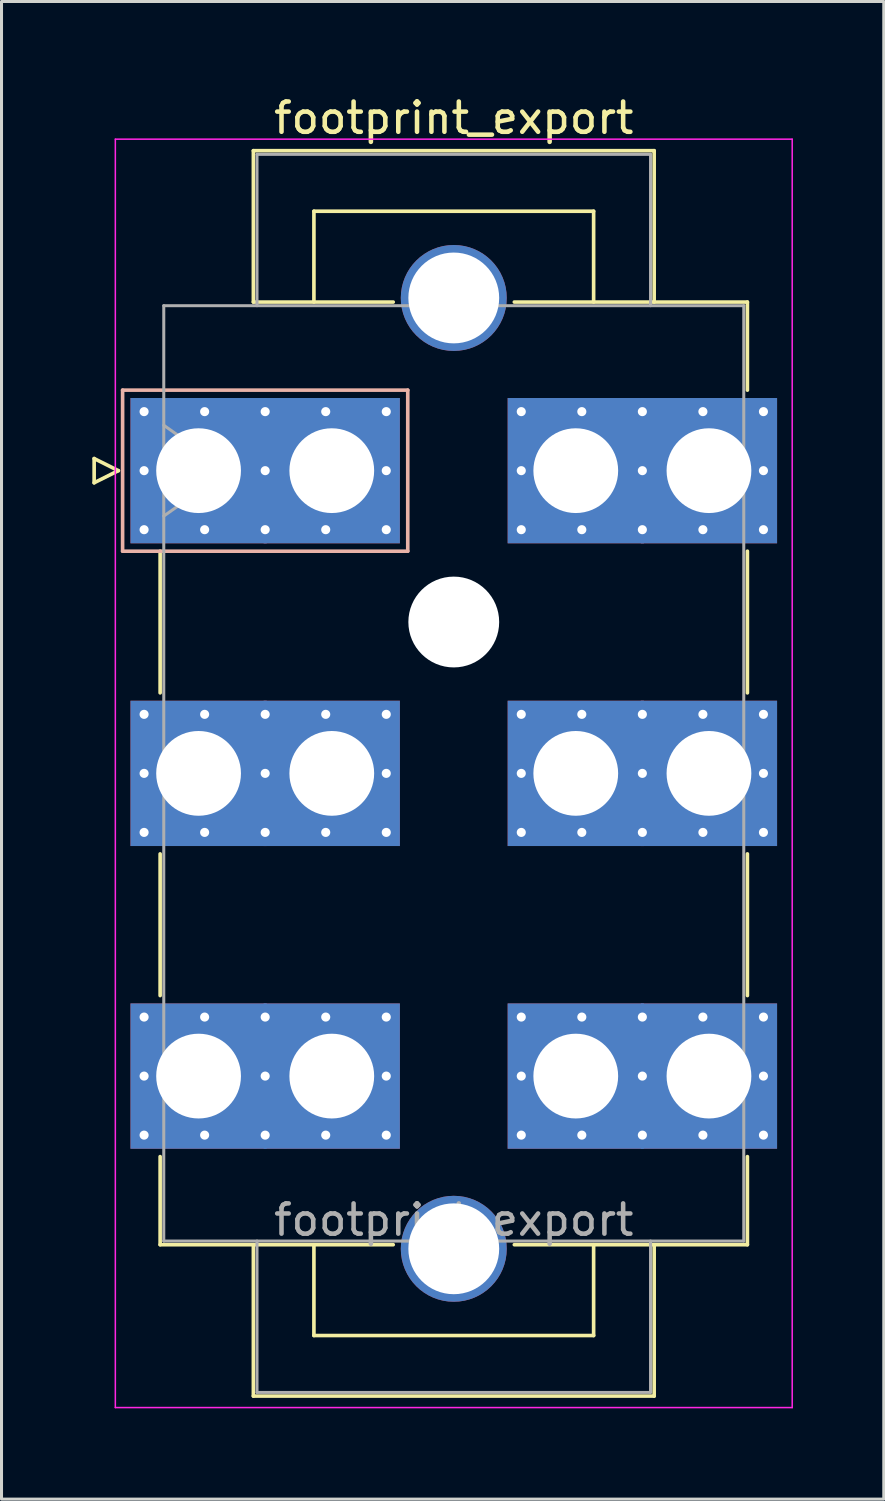
<source format=kicad_pcb>
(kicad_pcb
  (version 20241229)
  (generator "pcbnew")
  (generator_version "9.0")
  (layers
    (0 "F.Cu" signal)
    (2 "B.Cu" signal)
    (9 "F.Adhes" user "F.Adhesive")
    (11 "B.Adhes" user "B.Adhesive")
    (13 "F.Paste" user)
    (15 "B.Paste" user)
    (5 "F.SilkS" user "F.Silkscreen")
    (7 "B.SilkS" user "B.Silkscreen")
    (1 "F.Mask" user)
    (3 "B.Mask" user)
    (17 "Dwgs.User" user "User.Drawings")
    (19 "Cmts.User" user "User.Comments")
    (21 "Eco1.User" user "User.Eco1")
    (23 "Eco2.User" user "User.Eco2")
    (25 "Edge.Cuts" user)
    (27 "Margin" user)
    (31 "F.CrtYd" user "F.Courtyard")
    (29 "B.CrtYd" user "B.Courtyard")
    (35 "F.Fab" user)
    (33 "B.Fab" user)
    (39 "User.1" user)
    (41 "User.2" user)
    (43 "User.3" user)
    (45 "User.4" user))
  (footprint "footprint_export"
    (layer "F.Cu")
    (at 3.51 12.498)
    (property "Reference" "footprint_export" (at 8.43 -11.65 0) (layer "F.SilkS") (effects (font (size 1 1) (thickness 0.15))))
    (attr through_hole)
    (fp_line (start -3.45 -0.4) (end -3.45 0.4) (stroke (width 0.12) (type solid)) (layer "F.SilkS"))
    (fp_line (start -3.45 0.4) (end -2.65 0) (stroke (width 0.12) (type solid)) (layer "F.SilkS"))
    (fp_line (start -2.65 0) (end -3.45 -0.4) (stroke (width 0.12) (type solid)) (layer "F.SilkS"))
    (fp_line (start -1.27 2.66) (end -1.27 7.34) (stroke (width 0.12) (type solid)) (layer "F.SilkS"))
    (fp_line (start -1.27 12.66) (end -1.27 17.34) (stroke (width 0.12) (type solid)) (layer "F.SilkS"))
    (fp_line (start -1.27 22.66) (end -1.27 25.57) (stroke (width 0.12) (type solid)) (layer "F.SilkS"))
    (fp_line (start -1.27 25.57) (end 6.43 25.57) (stroke (width 0.12) (type solid)) (layer "F.SilkS"))
    (fp_line (start 1.81 -10.57) (end 15.05 -10.57) (stroke (width 0.12) (type solid)) (layer "F.SilkS"))
    (fp_line (start 1.81 -5.57) (end 1.81 -10.57) (stroke (width 0.12) (type solid)) (layer "F.SilkS"))
    (fp_line (start 1.81 25.57) (end 1.81 30.57) (stroke (width 0.12) (type solid)) (layer "F.SilkS"))
    (fp_line (start 1.81 30.57) (end 15.05 30.57) (stroke (width 0.12) (type solid)) (layer "F.SilkS"))
    (fp_line (start 3.81 -8.57) (end 13.05 -8.57) (stroke (width 0.12) (type solid)) (layer "F.SilkS"))
    (fp_line (start 3.81 -5.57) (end 3.81 -8.57) (stroke (width 0.12) (type solid)) (layer "F.SilkS"))
    (fp_line (start 3.81 25.57) (end 3.81 28.57) (stroke (width 0.12) (type solid)) (layer "F.SilkS"))
    (fp_line (start 3.81 28.57) (end 13.05 28.57) (stroke (width 0.12) (type solid)) (layer "F.SilkS"))
    (fp_line (start 6.43 -5.57) (end 1.81 -5.57) (stroke (width 0.12) (type solid)) (layer "F.SilkS"))
    (fp_line (start 13.05 -8.57) (end 13.05 -5.57) (stroke (width 0.12) (type solid)) (layer "F.SilkS"))
    (fp_line (start 13.05 28.57) (end 13.05 25.57) (stroke (width 0.12) (type solid)) (layer "F.SilkS"))
    (fp_line (start 15.05 -10.57) (end 15.05 -5.57) (stroke (width 0.12) (type solid)) (layer "F.SilkS"))
    (fp_line (start 15.05 30.57) (end 15.05 25.57) (stroke (width 0.12) (type solid)) (layer "F.SilkS"))
    (fp_line (start 18.13 -5.57) (end 10.43 -5.57) (stroke (width 0.12) (type solid)) (layer "F.SilkS"))
    (fp_line (start 18.13 -2.66) (end 18.13 -5.57) (stroke (width 0.12) (type solid)) (layer "F.SilkS"))
    (fp_line (start 18.13 2.66) (end 18.13 7.34) (stroke (width 0.12) (type solid)) (layer "F.SilkS"))
    (fp_line (start 18.13 12.66) (end 18.13 17.34) (stroke (width 0.12) (type solid)) (layer "F.SilkS"))
    (fp_line (start 18.13 22.66) (end 18.13 25.57) (stroke (width 0.12) (type solid)) (layer "F.SilkS"))
    (fp_line (start 18.13 25.57) (end 10.43 25.57) (stroke (width 0.12) (type solid)) (layer "F.SilkS"))
    (fp_line (start -2.51 -2.66) (end -2.51 2.66) (stroke (width 0.12) (type solid)) (layer "B.SilkS"))
    (fp_line (start -2.51 2.66) (end 6.91 2.66) (stroke (width 0.12) (type solid)) (layer "B.SilkS"))
    (fp_line (start 6.91 -2.66) (end -2.51 -2.66) (stroke (width 0.12) (type solid)) (layer "B.SilkS"))
    (fp_line (start 6.91 2.66) (end 6.91 -2.66) (stroke (width 0.12) (type solid)) (layer "B.SilkS"))
    (fp_line (start -2.75 -10.95) (end -2.75 30.95) (stroke (width 0.05) (type solid)) (layer "F.CrtYd"))
    (fp_line (start -2.75 30.95) (end 19.61 30.95) (stroke (width 0.05) (type solid)) (layer "F.CrtYd"))
    (fp_line (start 19.61 -10.95) (end -2.75 -10.95) (stroke (width 0.05) (type solid)) (layer "F.CrtYd"))
    (fp_line (start 19.61 30.95) (end 19.61 -10.95) (stroke (width 0.05) (type solid)) (layer "F.CrtYd"))
    (fp_line (start -1.15 -5.45) (end -1.15 25.45) (stroke (width 0.1) (type solid)) (layer "F.Fab"))
    (fp_line (start -1.15 -1.5) (end 0.971 0) (stroke (width 0.1) (type solid)) (layer "F.Fab"))
    (fp_line (start -1.15 25.45) (end 18.01 25.45) (stroke (width 0.1) (type solid)) (layer "F.Fab"))
    (fp_line (start 0.971 0) (end -1.15 1.5) (stroke (width 0.1) (type solid)) (layer "F.Fab"))
    (fp_line (start 1.93 -10.45) (end 14.93 -10.45) (stroke (width 0.1) (type solid)) (layer "F.Fab"))
    (fp_line (start 1.93 -5.45) (end 1.93 -10.45) (stroke (width 0.1) (type solid)) (layer "F.Fab"))
    (fp_line (start 1.93 25.45) (end 1.93 30.45) (stroke (width 0.1) (type solid)) (layer "F.Fab"))
    (fp_line (start 1.93 30.45) (end 14.93 30.45) (stroke (width 0.1) (type solid)) (layer "F.Fab"))
    (fp_line (start 14.93 -10.45) (end 14.93 -5.45) (stroke (width 0.1) (type solid)) (layer "F.Fab"))
    (fp_line (start 14.93 30.45) (end 14.93 25.45) (stroke (width 0.1) (type solid)) (layer "F.Fab"))
    (fp_line (start 18.01 -5.45) (end -1.15 -5.45) (stroke (width 0.1) (type solid)) (layer "F.Fab"))
    (fp_line (start 18.01 25.45) (end 18.01 -5.45) (stroke (width 0.1) (type solid)) (layer "F.Fab"))
    (fp_text user "${REFERENCE}" (at 8.43 24.75 0) (layer "F.Fab") (effects (font (size 1 1) (thickness 0.15))))
    (pad "" thru_hole circle (at 8.43 -5.705) (size 3.5 3.5) (drill 3) (layers "*.Cu" "*.Mask"))
    (pad "" np_thru_hole circle (at 8.43 5) (size 3 3) (drill 3) (layers "*.Cu" "*.Mask"))
    (pad "" thru_hole circle (at 8.43 25.705) (size 3.5 3.5) (drill 3) (layers "*.Cu" "*.Mask"))
    (pad "1" thru_hole roundrect (at -1.8 -1.95) (size 0.6 0.6) (drill 0.3) (layers "*.Cu" "*.Mask") (roundrect_rratio 0.25))
    (pad "1" thru_hole roundrect (at -1.8 0) (size 0.6 0.6) (drill 0.3) (layers "*.Cu" "*.Mask") (roundrect_rratio 0.25))
    (pad "1" thru_hole roundrect (at -1.8 1.95) (size 0.6 0.6) (drill 0.3) (layers "*.Cu" "*.Mask") (roundrect_rratio 0.25))
    (pad "1" thru_hole rect (at 0 0) (size 4.5 4.8) (drill 2.8) (layers "*.Cu" "*.Mask"))
    (pad "1" thru_hole roundrect (at 0.2 -1.95) (size 0.6 0.6) (drill 0.3) (layers "*.Cu" "*.Mask") (roundrect_rratio 0.25))
    (pad "1" thru_hole roundrect (at 0.2 1.95) (size 0.6 0.6) (drill 0.3) (layers "*.Cu" "*.Mask") (roundrect_rratio 0.25))
    (pad "1" thru_hole roundrect (at 2.2 -1.95) (size 0.6 0.6) (drill 0.3) (layers "*.Cu" "*.Mask") (roundrect_rratio 0.25))
    (pad "1" thru_hole roundrect (at 2.2 0) (size 0.6 0.6) (drill 0.3) (layers "*.Cu" "*.Mask") (roundrect_rratio 0.25))
    (pad "1" thru_hole roundrect (at 2.2 1.95) (size 0.6 0.6) (drill 0.3) (layers "*.Cu" "*.Mask") (roundrect_rratio 0.25))
    (pad "1" thru_hole roundrect (at 4.2 -1.95) (size 0.6 0.6) (drill 0.3) (layers "*.Cu" "*.Mask") (roundrect_rratio 0.25))
    (pad "1" thru_hole roundrect (at 4.2 1.95) (size 0.6 0.6) (drill 0.3) (layers "*.Cu" "*.Mask") (roundrect_rratio 0.25))
    (pad "1" thru_hole rect (at 4.4 0) (size 4.5 4.8) (drill 2.8) (layers "*.Cu" "*.Mask"))
    (pad "1" thru_hole roundrect (at 6.2 -1.95) (size 0.6 0.6) (drill 0.3) (layers "*.Cu" "*.Mask") (roundrect_rratio 0.25))
    (pad "1" thru_hole roundrect (at 6.2 0) (size 0.6 0.6) (drill 0.3) (layers "*.Cu" "*.Mask") (roundrect_rratio 0.25))
    (pad "1" thru_hole roundrect (at 6.2 1.95) (size 0.6 0.6) (drill 0.3) (layers "*.Cu" "*.Mask") (roundrect_rratio 0.25))
    (pad "2" thru_hole circle (at -1.8 8.05) (size 0.6 0.6) (drill 0.3) (layers "*.Cu" "*.Mask"))
    (pad "2" thru_hole circle (at -1.8 10) (size 0.6 0.6) (drill 0.3) (layers "*.Cu" "*.Mask"))
    (pad "2" thru_hole circle (at -1.8 11.95) (size 0.6 0.6) (drill 0.3) (layers "*.Cu" "*.Mask"))
    (pad "2" thru_hole rect (at 0 10) (size 4.5 4.8) (drill 2.8) (layers "*.Cu" "*.Mask"))
    (pad "2" thru_hole circle (at 0.2 8.05) (size 0.6 0.6) (drill 0.3) (layers "*.Cu" "*.Mask"))
    (pad "2" thru_hole circle (at 0.2 11.95) (size 0.6 0.6) (drill 0.3) (layers "*.Cu" "*.Mask"))
    (pad "2" thru_hole circle (at 2.2 8.05) (size 0.6 0.6) (drill 0.3) (layers "*.Cu" "*.Mask"))
    (pad "2" thru_hole circle (at 2.2 10) (size 0.6 0.6) (drill 0.3) (layers "*.Cu" "*.Mask"))
    (pad "2" thru_hole circle (at 2.2 11.95) (size 0.6 0.6) (drill 0.3) (layers "*.Cu" "*.Mask"))
    (pad "2" thru_hole circle (at 4.2 8.05) (size 0.6 0.6) (drill 0.3) (layers "*.Cu" "*.Mask"))
    (pad "2" thru_hole circle (at 4.2 11.95) (size 0.6 0.6) (drill 0.3) (layers "*.Cu" "*.Mask"))
    (pad "2" thru_hole rect (at 4.4 10) (size 4.5 4.8) (drill 2.8) (layers "*.Cu" "*.Mask"))
    (pad "2" thru_hole circle (at 6.2 8.05) (size 0.6 0.6) (drill 0.3) (layers "*.Cu" "*.Mask"))
    (pad "2" thru_hole circle (at 6.2 10) (size 0.6 0.6) (drill 0.3) (layers "*.Cu" "*.Mask"))
    (pad "2" thru_hole circle (at 6.2 11.95) (size 0.6 0.6) (drill 0.3) (layers "*.Cu" "*.Mask"))
    (pad "3" thru_hole circle (at -1.8 18.05) (size 0.6 0.6) (drill 0.3) (layers "*.Cu" "*.Mask"))
    (pad "3" thru_hole circle (at -1.8 20) (size 0.6 0.6) (drill 0.3) (layers "*.Cu" "*.Mask"))
    (pad "3" thru_hole circle (at -1.8 21.95) (size 0.6 0.6) (drill 0.3) (layers "*.Cu" "*.Mask"))
    (pad "3" thru_hole rect (at 0 20) (size 4.5 4.8) (drill 2.8) (layers "*.Cu" "*.Mask"))
    (pad "3" thru_hole circle (at 0.2 18.05) (size 0.6 0.6) (drill 0.3) (layers "*.Cu" "*.Mask"))
    (pad "3" thru_hole circle (at 0.2 21.95) (size 0.6 0.6) (drill 0.3) (layers "*.Cu" "*.Mask"))
    (pad "3" thru_hole circle (at 2.2 18.05) (size 0.6 0.6) (drill 0.3) (layers "*.Cu" "*.Mask"))
    (pad "3" thru_hole circle (at 2.2 20) (size 0.6 0.6) (drill 0.3) (layers "*.Cu" "*.Mask"))
    (pad "3" thru_hole circle (at 2.2 21.95) (size 0.6 0.6) (drill 0.3) (layers "*.Cu" "*.Mask"))
    (pad "3" thru_hole circle (at 4.2 18.05) (size 0.6 0.6) (drill 0.3) (layers "*.Cu" "*.Mask"))
    (pad "3" thru_hole circle (at 4.2 21.95) (size 0.6 0.6) (drill 0.3) (layers "*.Cu" "*.Mask"))
    (pad "3" thru_hole rect (at 4.4 20) (size 4.5 4.8) (drill 2.8) (layers "*.Cu" "*.Mask"))
    (pad "3" thru_hole circle (at 6.2 18.05) (size 0.6 0.6) (drill 0.3) (layers "*.Cu" "*.Mask"))
    (pad "3" thru_hole circle (at 6.2 20) (size 0.6 0.6) (drill 0.3) (layers "*.Cu" "*.Mask"))
    (pad "3" thru_hole circle (at 6.2 21.95) (size 0.6 0.6) (drill 0.3) (layers "*.Cu" "*.Mask"))
    (pad "4" thru_hole circle (at 10.66 -1.95) (size 0.6 0.6) (drill 0.3) (layers "*.Cu" "*.Mask"))
    (pad "4" thru_hole circle (at 10.66 0) (size 0.6 0.6) (drill 0.3) (layers "*.Cu" "*.Mask"))
    (pad "4" thru_hole circle (at 10.66 1.95) (size 0.6 0.6) (drill 0.3) (layers "*.Cu" "*.Mask"))
    (pad "4" thru_hole rect (at 12.46 0) (size 4.5 4.8) (drill 2.8) (layers "*.Cu" "*.Mask"))
    (pad "4" thru_hole circle (at 12.66 -1.95) (size 0.6 0.6) (drill 0.3) (layers "*.Cu" "*.Mask"))
    (pad "4" thru_hole circle (at 12.66 1.95) (size 0.6 0.6) (drill 0.3) (layers "*.Cu" "*.Mask"))
    (pad "4" thru_hole circle (at 14.66 -1.95) (size 0.6 0.6) (drill 0.3) (layers "*.Cu" "*.Mask"))
    (pad "4" thru_hole circle (at 14.66 0) (size 0.6 0.6) (drill 0.3) (layers "*.Cu" "*.Mask"))
    (pad "4" thru_hole circle (at 14.66 1.95) (size 0.6 0.6) (drill 0.3) (layers "*.Cu" "*.Mask"))
    (pad "4" thru_hole circle (at 16.66 -1.95) (size 0.6 0.6) (drill 0.3) (layers "*.Cu" "*.Mask"))
    (pad "4" thru_hole circle (at 16.66 1.95) (size 0.6 0.6) (drill 0.3) (layers "*.Cu" "*.Mask"))
    (pad "4" thru_hole rect (at 16.86 0) (size 4.5 4.8) (drill 2.8) (layers "*.Cu" "*.Mask"))
    (pad "4" thru_hole circle (at 18.66 -1.95) (size 0.6 0.6) (drill 0.3) (layers "*.Cu" "*.Mask"))
    (pad "4" thru_hole circle (at 18.66 0) (size 0.6 0.6) (drill 0.3) (layers "*.Cu" "*.Mask"))
    (pad "4" thru_hole circle (at 18.66 1.95) (size 0.6 0.6) (drill 0.3) (layers "*.Cu" "*.Mask"))
    (pad "5" thru_hole circle (at 10.66 8.05) (size 0.6 0.6) (drill 0.3) (layers "*.Cu" "*.Mask"))
    (pad "5" thru_hole circle (at 10.66 10) (size 0.6 0.6) (drill 0.3) (layers "*.Cu" "*.Mask"))
    (pad "5" thru_hole circle (at 10.66 11.95) (size 0.6 0.6) (drill 0.3) (layers "*.Cu" "*.Mask"))
    (pad "5" thru_hole rect (at 12.46 10) (size 4.5 4.8) (drill 2.8) (layers "*.Cu" "*.Mask"))
    (pad "5" thru_hole circle (at 12.66 8.05) (size 0.6 0.6) (drill 0.3) (layers "*.Cu" "*.Mask"))
    (pad "5" thru_hole circle (at 12.66 11.95) (size 0.6 0.6) (drill 0.3) (layers "*.Cu" "*.Mask"))
    (pad "5" thru_hole circle (at 14.66 8.05) (size 0.6 0.6) (drill 0.3) (layers "*.Cu" "*.Mask"))
    (pad "5" thru_hole circle (at 14.66 10) (size 0.6 0.6) (drill 0.3) (layers "*.Cu" "*.Mask"))
    (pad "5" thru_hole circle (at 14.66 11.95) (size 0.6 0.6) (drill 0.3) (layers "*.Cu" "*.Mask"))
    (pad "5" thru_hole circle (at 16.66 8.05) (size 0.6 0.6) (drill 0.3) (layers "*.Cu" "*.Mask"))
    (pad "5" thru_hole circle (at 16.66 11.95) (size 0.6 0.6) (drill 0.3) (layers "*.Cu" "*.Mask"))
    (pad "5" thru_hole rect (at 16.86 10) (size 4.5 4.8) (drill 2.8) (layers "*.Cu" "*.Mask"))
    (pad "5" thru_hole circle (at 18.66 8.05) (size 0.6 0.6) (drill 0.3) (layers "*.Cu" "*.Mask"))
    (pad "5" thru_hole circle (at 18.66 10) (size 0.6 0.6) (drill 0.3) (layers "*.Cu" "*.Mask"))
    (pad "5" thru_hole circle (at 18.66 11.95) (size 0.6 0.6) (drill 0.3) (layers "*.Cu" "*.Mask"))
    (pad "6" thru_hole circle (at 10.66 18.05) (size 0.6 0.6) (drill 0.3) (layers "*.Cu" "*.Mask"))
    (pad "6" thru_hole circle (at 10.66 20) (size 0.6 0.6) (drill 0.3) (layers "*.Cu" "*.Mask"))
    (pad "6" thru_hole circle (at 10.66 21.95) (size 0.6 0.6) (drill 0.3) (layers "*.Cu" "*.Mask"))
    (pad "6" thru_hole rect (at 12.46 20) (size 4.5 4.8) (drill 2.8) (layers "*.Cu" "*.Mask"))
    (pad "6" thru_hole circle (at 12.66 18.05) (size 0.6 0.6) (drill 0.3) (layers "*.Cu" "*.Mask"))
    (pad "6" thru_hole circle (at 12.66 21.95) (size 0.6 0.6) (drill 0.3) (layers "*.Cu" "*.Mask"))
    (pad "6" thru_hole circle (at 14.66 18.05) (size 0.6 0.6) (drill 0.3) (layers "*.Cu" "*.Mask"))
    (pad "6" thru_hole circle (at 14.66 20) (size 0.6 0.6) (drill 0.3) (layers "*.Cu" "*.Mask"))
    (pad "6" thru_hole circle (at 14.66 21.95) (size 0.6 0.6) (drill 0.3) (layers "*.Cu" "*.Mask"))
    (pad "6" thru_hole circle (at 16.66 18.05) (size 0.6 0.6) (drill 0.3) (layers "*.Cu" "*.Mask"))
    (pad "6" thru_hole circle (at 16.66 21.95) (size 0.6 0.6) (drill 0.3) (layers "*.Cu" "*.Mask"))
    (pad "6" thru_hole rect (at 16.86 20) (size 4.5 4.8) (drill 2.8) (layers "*.Cu" "*.Mask"))
    (pad "6" thru_hole circle (at 18.66 18.05) (size 0.6 0.6) (drill 0.3) (layers "*.Cu" "*.Mask"))
    (pad "6" thru_hole circle (at 18.66 20) (size 0.6 0.6) (drill 0.3) (layers "*.Cu" "*.Mask"))
    (pad "6" thru_hole circle (at 18.66 21.95) (size 0.6 0.6) (drill 0.3) (layers "*.Cu" "*.Mask")))
  (gr_rect
    (start -3 -3)
    (end 26.145 46.473)
    (stroke (width 0.1) (type default))
    (fill no)
    (layer "Edge.Cuts")))
</source>
